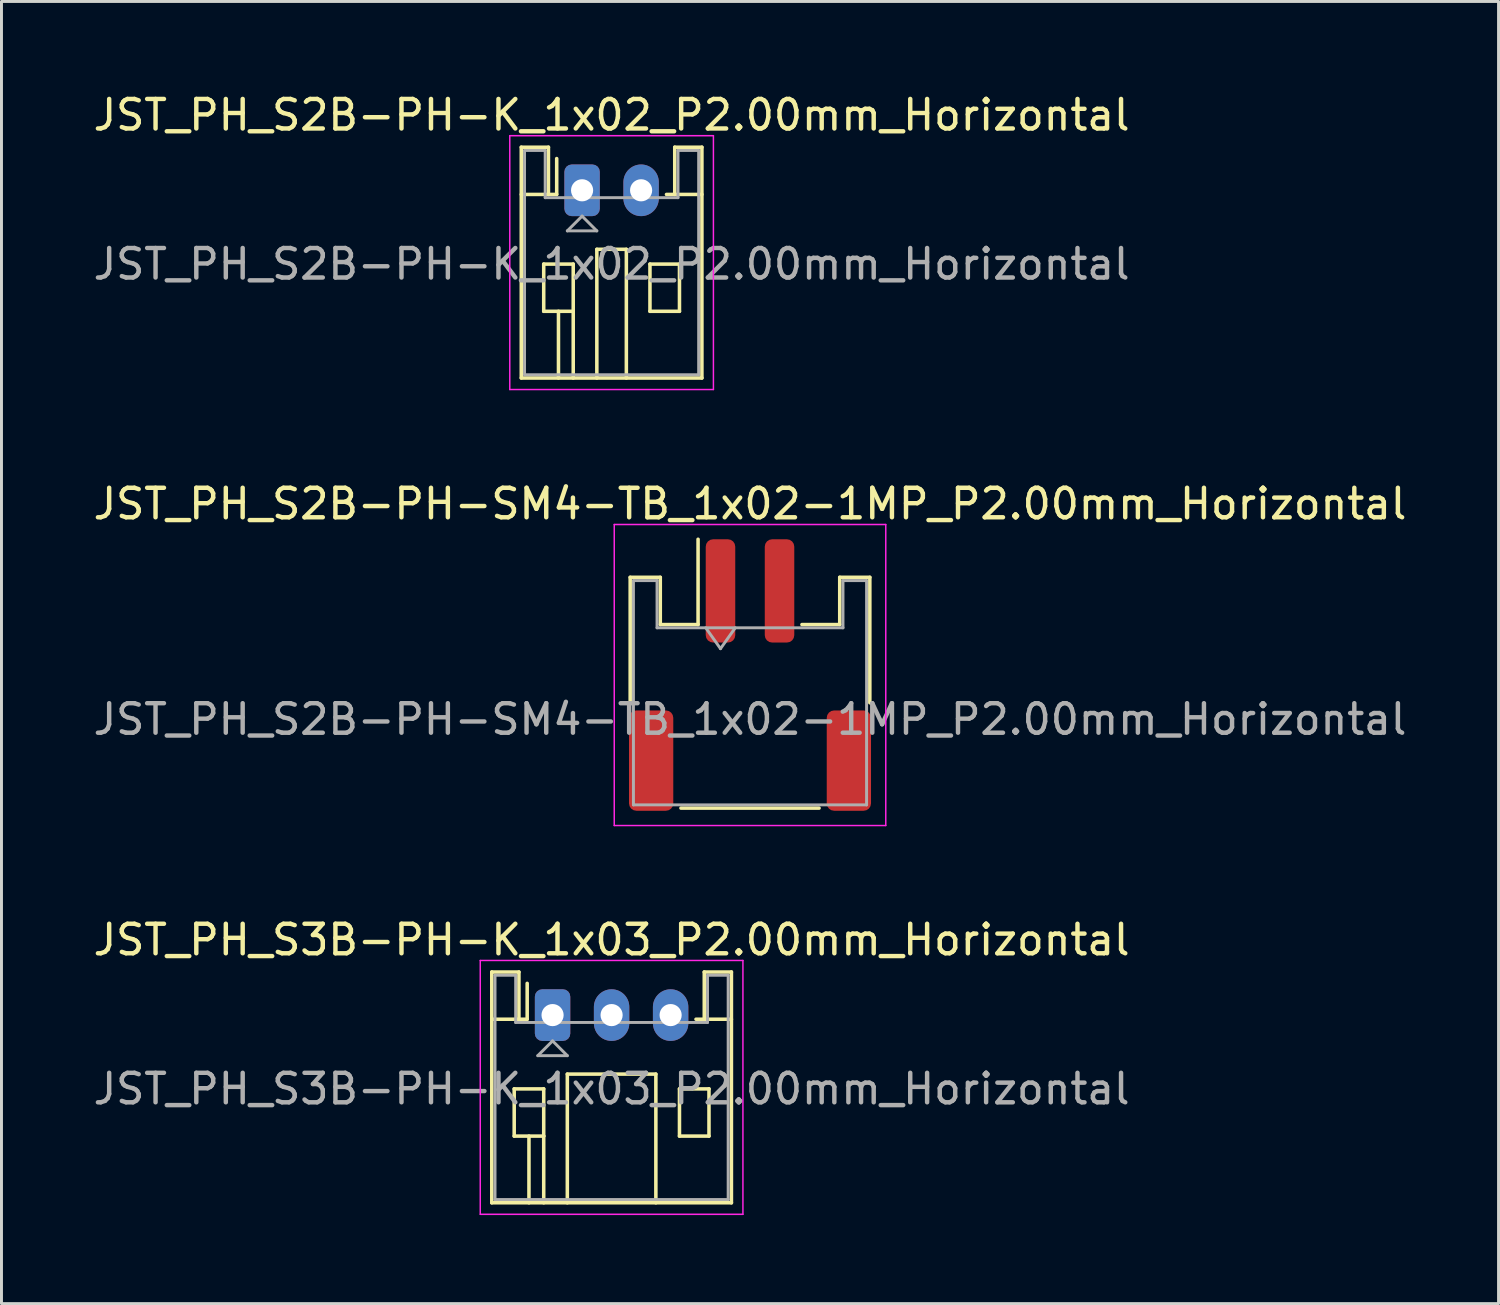
<source format=kicad_pcb>
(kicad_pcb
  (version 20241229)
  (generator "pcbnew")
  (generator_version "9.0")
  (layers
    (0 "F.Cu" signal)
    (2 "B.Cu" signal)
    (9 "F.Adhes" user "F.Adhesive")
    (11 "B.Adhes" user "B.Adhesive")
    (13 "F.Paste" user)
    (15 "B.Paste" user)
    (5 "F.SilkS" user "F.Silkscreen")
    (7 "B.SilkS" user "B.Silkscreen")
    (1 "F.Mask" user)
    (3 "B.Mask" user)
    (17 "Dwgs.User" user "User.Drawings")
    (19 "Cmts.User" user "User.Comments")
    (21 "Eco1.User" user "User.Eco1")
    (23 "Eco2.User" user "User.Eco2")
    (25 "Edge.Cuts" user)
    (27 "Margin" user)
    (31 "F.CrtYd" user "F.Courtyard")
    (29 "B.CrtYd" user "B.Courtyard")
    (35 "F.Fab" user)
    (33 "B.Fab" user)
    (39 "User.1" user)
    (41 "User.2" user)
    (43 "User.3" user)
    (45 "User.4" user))
  (footprint "JST_PH_S2B-PH-K_1x02_P2.00mm_Horizontal"
    (layer "F.Cu")
    (at 16.673 3.398)
    (property "Reference" "JST_PH_S2B-PH-K_1x02_P2.00mm_Horizontal" (at 1 -2.55 0) (layer "F.SilkS") (effects (font (size 1 1) (thickness 0.15))))
    (attr through_hole)
    (fp_line (start -2.06 -1.46) (end -2.06 6.36) (stroke (width 0.12) (type solid)) (layer "F.SilkS"))
    (fp_line (start -2.06 0.14) (end -1.14 0.14) (stroke (width 0.12) (type solid)) (layer "F.SilkS"))
    (fp_line (start -2.06 6.36) (end 4.06 6.36) (stroke (width 0.12) (type solid)) (layer "F.SilkS"))
    (fp_line (start -1.3 2.5) (end -1.3 4.1) (stroke (width 0.12) (type solid)) (layer "F.SilkS"))
    (fp_line (start -1.3 4.1) (end -0.3 4.1) (stroke (width 0.12) (type solid)) (layer "F.SilkS"))
    (fp_line (start -1.14 -1.46) (end -2.06 -1.46) (stroke (width 0.12) (type solid)) (layer "F.SilkS"))
    (fp_line (start -1.14 0.14) (end -1.14 -1.46) (stroke (width 0.12) (type solid)) (layer "F.SilkS"))
    (fp_line (start -0.86 0.14) (end -1.14 0.14) (stroke (width 0.12) (type solid)) (layer "F.SilkS"))
    (fp_line (start -0.86 0.14) (end -0.86 -1.075) (stroke (width 0.12) (type solid)) (layer "F.SilkS"))
    (fp_line (start -0.8 4.1) (end -0.8 6.36) (stroke (width 0.12) (type solid)) (layer "F.SilkS"))
    (fp_line (start -0.3 2.5) (end -1.3 2.5) (stroke (width 0.12) (type solid)) (layer "F.SilkS"))
    (fp_line (start -0.3 4.1) (end -0.3 2.5) (stroke (width 0.12) (type solid)) (layer "F.SilkS"))
    (fp_line (start -0.3 4.1) (end -0.3 6.36) (stroke (width 0.12) (type solid)) (layer "F.SilkS"))
    (fp_line (start 0.5 2) (end 1.5 2) (stroke (width 0.12) (type solid)) (layer "F.SilkS"))
    (fp_line (start 0.5 6.36) (end 0.5 2) (stroke (width 0.12) (type solid)) (layer "F.SilkS"))
    (fp_line (start 1.5 2) (end 1.5 6.36) (stroke (width 0.12) (type solid)) (layer "F.SilkS"))
    (fp_line (start 2.3 2.5) (end 3.3 2.5) (stroke (width 0.12) (type solid)) (layer "F.SilkS"))
    (fp_line (start 2.3 4.1) (end 2.3 2.5) (stroke (width 0.12) (type solid)) (layer "F.SilkS"))
    (fp_line (start 3.14 -1.46) (end 3.14 0.14) (stroke (width 0.12) (type solid)) (layer "F.SilkS"))
    (fp_line (start 3.14 0.14) (end 2.86 0.14) (stroke (width 0.12) (type solid)) (layer "F.SilkS"))
    (fp_line (start 3.3 2.5) (end 3.3 4.1) (stroke (width 0.12) (type solid)) (layer "F.SilkS"))
    (fp_line (start 3.3 4.1) (end 2.3 4.1) (stroke (width 0.12) (type solid)) (layer "F.SilkS"))
    (fp_line (start 4.06 -1.46) (end 3.14 -1.46) (stroke (width 0.12) (type solid)) (layer "F.SilkS"))
    (fp_line (start 4.06 0.14) (end 3.14 0.14) (stroke (width 0.12) (type solid)) (layer "F.SilkS"))
    (fp_line (start 4.06 6.36) (end 4.06 -1.46) (stroke (width 0.12) (type solid)) (layer "F.SilkS"))
    (fp_line (start -2.45 -1.85) (end -2.45 6.75) (stroke (width 0.05) (type solid)) (layer "F.CrtYd"))
    (fp_line (start -2.45 6.75) (end 4.45 6.75) (stroke (width 0.05) (type solid)) (layer "F.CrtYd"))
    (fp_line (start 4.45 -1.85) (end -2.45 -1.85) (stroke (width 0.05) (type solid)) (layer "F.CrtYd"))
    (fp_line (start 4.45 6.75) (end 4.45 -1.85) (stroke (width 0.05) (type solid)) (layer "F.CrtYd"))
    (fp_line (start -1.95 -1.35) (end -1.95 6.25) (stroke (width 0.1) (type solid)) (layer "F.Fab"))
    (fp_line (start -1.95 6.25) (end 3.95 6.25) (stroke (width 0.1) (type solid)) (layer "F.Fab"))
    (fp_line (start -1.25 -1.35) (end -1.95 -1.35) (stroke (width 0.1) (type solid)) (layer "F.Fab"))
    (fp_line (start -1.25 0.25) (end -1.25 -1.35) (stroke (width 0.1) (type solid)) (layer "F.Fab"))
    (fp_line (start -0.5 1.375) (end 0.5 1.375) (stroke (width 0.1) (type solid)) (layer "F.Fab"))
    (fp_line (start 0 0.875) (end -0.5 1.375) (stroke (width 0.1) (type solid)) (layer "F.Fab"))
    (fp_line (start 0.5 1.375) (end 0 0.875) (stroke (width 0.1) (type solid)) (layer "F.Fab"))
    (fp_line (start 3.25 -1.35) (end 3.25 0.25) (stroke (width 0.1) (type solid)) (layer "F.Fab"))
    (fp_line (start 3.25 0.25) (end -1.25 0.25) (stroke (width 0.1) (type solid)) (layer "F.Fab"))
    (fp_line (start 3.95 -1.35) (end 3.25 -1.35) (stroke (width 0.1) (type solid)) (layer "F.Fab"))
    (fp_line (start 3.95 6.25) (end 3.95 -1.35) (stroke (width 0.1) (type solid)) (layer "F.Fab"))
    (fp_text user "${REFERENCE}" (at 1 2.5 0) (layer "F.Fab") (effects (font (size 1 1) (thickness 0.15))))
    (pad "1" thru_hole roundrect (at 0 0) (size 1.2 1.75) (drill 0.75) (layers "*.Cu" "*.Mask") (roundrect_rratio 0.208))
    (pad "2" thru_hole oval (at 2 0) (size 1.2 1.75) (drill 0.75) (layers "*.Cu" "*.Mask")))
  (footprint "JST_PH_S3B-PH-K_1x03_P2.00mm_Horizontal"
    (layer "F.Cu")
    (at 15.673 31.345)
    (property "Reference" "JST_PH_S3B-PH-K_1x03_P2.00mm_Horizontal" (at 2 -2.55 0) (layer "F.SilkS") (effects (font (size 1 1) (thickness 0.15))))
    (attr through_hole)
    (fp_line (start -2.06 -1.46) (end -2.06 6.36) (stroke (width 0.12) (type solid)) (layer "F.SilkS"))
    (fp_line (start -2.06 0.14) (end -1.14 0.14) (stroke (width 0.12) (type solid)) (layer "F.SilkS"))
    (fp_line (start -2.06 6.36) (end 6.06 6.36) (stroke (width 0.12) (type solid)) (layer "F.SilkS"))
    (fp_line (start -1.3 2.5) (end -1.3 4.1) (stroke (width 0.12) (type solid)) (layer "F.SilkS"))
    (fp_line (start -1.3 4.1) (end -0.3 4.1) (stroke (width 0.12) (type solid)) (layer "F.SilkS"))
    (fp_line (start -1.14 -1.46) (end -2.06 -1.46) (stroke (width 0.12) (type solid)) (layer "F.SilkS"))
    (fp_line (start -1.14 0.14) (end -1.14 -1.46) (stroke (width 0.12) (type solid)) (layer "F.SilkS"))
    (fp_line (start -0.86 0.14) (end -1.14 0.14) (stroke (width 0.12) (type solid)) (layer "F.SilkS"))
    (fp_line (start -0.86 0.14) (end -0.86 -1.075) (stroke (width 0.12) (type solid)) (layer "F.SilkS"))
    (fp_line (start -0.8 4.1) (end -0.8 6.36) (stroke (width 0.12) (type solid)) (layer "F.SilkS"))
    (fp_line (start -0.3 2.5) (end -1.3 2.5) (stroke (width 0.12) (type solid)) (layer "F.SilkS"))
    (fp_line (start -0.3 4.1) (end -0.3 2.5) (stroke (width 0.12) (type solid)) (layer "F.SilkS"))
    (fp_line (start -0.3 4.1) (end -0.3 6.36) (stroke (width 0.12) (type solid)) (layer "F.SilkS"))
    (fp_line (start 0.5 2) (end 3.5 2) (stroke (width 0.12) (type solid)) (layer "F.SilkS"))
    (fp_line (start 0.5 6.36) (end 0.5 2) (stroke (width 0.12) (type solid)) (layer "F.SilkS"))
    (fp_line (start 3.5 2) (end 3.5 6.36) (stroke (width 0.12) (type solid)) (layer "F.SilkS"))
    (fp_line (start 4.3 2.5) (end 5.3 2.5) (stroke (width 0.12) (type solid)) (layer "F.SilkS"))
    (fp_line (start 4.3 4.1) (end 4.3 2.5) (stroke (width 0.12) (type solid)) (layer "F.SilkS"))
    (fp_line (start 5.14 -1.46) (end 5.14 0.14) (stroke (width 0.12) (type solid)) (layer "F.SilkS"))
    (fp_line (start 5.14 0.14) (end 4.86 0.14) (stroke (width 0.12) (type solid)) (layer "F.SilkS"))
    (fp_line (start 5.3 2.5) (end 5.3 4.1) (stroke (width 0.12) (type solid)) (layer "F.SilkS"))
    (fp_line (start 5.3 4.1) (end 4.3 4.1) (stroke (width 0.12) (type solid)) (layer "F.SilkS"))
    (fp_line (start 6.06 -1.46) (end 5.14 -1.46) (stroke (width 0.12) (type solid)) (layer "F.SilkS"))
    (fp_line (start 6.06 0.14) (end 5.14 0.14) (stroke (width 0.12) (type solid)) (layer "F.SilkS"))
    (fp_line (start 6.06 6.36) (end 6.06 -1.46) (stroke (width 0.12) (type solid)) (layer "F.SilkS"))
    (fp_line (start -2.45 -1.85) (end -2.45 6.75) (stroke (width 0.05) (type solid)) (layer "F.CrtYd"))
    (fp_line (start -2.45 6.75) (end 6.45 6.75) (stroke (width 0.05) (type solid)) (layer "F.CrtYd"))
    (fp_line (start 6.45 -1.85) (end -2.45 -1.85) (stroke (width 0.05) (type solid)) (layer "F.CrtYd"))
    (fp_line (start 6.45 6.75) (end 6.45 -1.85) (stroke (width 0.05) (type solid)) (layer "F.CrtYd"))
    (fp_line (start -1.95 -1.35) (end -1.95 6.25) (stroke (width 0.1) (type solid)) (layer "F.Fab"))
    (fp_line (start -1.95 6.25) (end 5.95 6.25) (stroke (width 0.1) (type solid)) (layer "F.Fab"))
    (fp_line (start -1.25 -1.35) (end -1.95 -1.35) (stroke (width 0.1) (type solid)) (layer "F.Fab"))
    (fp_line (start -1.25 0.25) (end -1.25 -1.35) (stroke (width 0.1) (type solid)) (layer "F.Fab"))
    (fp_line (start -0.5 1.375) (end 0.5 1.375) (stroke (width 0.1) (type solid)) (layer "F.Fab"))
    (fp_line (start 0 0.875) (end -0.5 1.375) (stroke (width 0.1) (type solid)) (layer "F.Fab"))
    (fp_line (start 0.5 1.375) (end 0 0.875) (stroke (width 0.1) (type solid)) (layer "F.Fab"))
    (fp_line (start 5.25 -1.35) (end 5.25 0.25) (stroke (width 0.1) (type solid)) (layer "F.Fab"))
    (fp_line (start 5.25 0.25) (end -1.25 0.25) (stroke (width 0.1) (type solid)) (layer "F.Fab"))
    (fp_line (start 5.95 -1.35) (end 5.25 -1.35) (stroke (width 0.1) (type solid)) (layer "F.Fab"))
    (fp_line (start 5.95 6.25) (end 5.95 -1.35) (stroke (width 0.1) (type solid)) (layer "F.Fab"))
    (fp_text user "${REFERENCE}" (at 2 2.5 0) (layer "F.Fab") (effects (font (size 1 1) (thickness 0.15))))
    (pad "1" thru_hole roundrect (at 0 0) (size 1.2 1.75) (drill 0.75) (layers "*.Cu" "*.Mask") (roundrect_rratio 0.208))
    (pad "2" thru_hole oval (at 2 0) (size 1.2 1.75) (drill 0.75) (layers "*.Cu" "*.Mask"))
    (pad "3" thru_hole oval (at 4 0) (size 1.2 1.75) (drill 0.75) (layers "*.Cu" "*.Mask")))
  (footprint "JST_PH_S2B-PH-SM4-TB_1x02-1MP_P2.00mm_Horizontal"
    (layer "F.Cu")
    (at 22.363 19.822)
    (property "Reference" "JST_PH_S2B-PH-SM4-TB_1x02-1MP_P2.00mm_Horizontal" (at 0 -5.8 0) (layer "F.SilkS") (effects (font (size 1 1) (thickness 0.15))))
    (attr smd)
    (fp_line (start -4.06 -3.31) (end -3.04 -3.31) (stroke (width 0.12) (type solid)) (layer "F.SilkS"))
    (fp_line (start -4.06 0.94) (end -4.06 -3.31) (stroke (width 0.12) (type solid)) (layer "F.SilkS"))
    (fp_line (start -3.04 -3.31) (end -3.04 -1.71) (stroke (width 0.12) (type solid)) (layer "F.SilkS"))
    (fp_line (start -3.04 -1.71) (end -1.76 -1.71) (stroke (width 0.12) (type solid)) (layer "F.SilkS"))
    (fp_line (start -2.34 4.51) (end 2.34 4.51) (stroke (width 0.12) (type solid)) (layer "F.SilkS"))
    (fp_line (start -1.76 -1.71) (end -1.76 -4.6) (stroke (width 0.12) (type solid)) (layer "F.SilkS"))
    (fp_line (start 3.04 -3.31) (end 3.04 -1.71) (stroke (width 0.12) (type solid)) (layer "F.SilkS"))
    (fp_line (start 3.04 -1.71) (end 1.76 -1.71) (stroke (width 0.12) (type solid)) (layer "F.SilkS"))
    (fp_line (start 4.06 -3.31) (end 3.04 -3.31) (stroke (width 0.12) (type solid)) (layer "F.SilkS"))
    (fp_line (start 4.06 0.94) (end 4.06 -3.31) (stroke (width 0.12) (type solid)) (layer "F.SilkS"))
    (fp_line (start -4.6 -5.1) (end -4.6 5.1) (stroke (width 0.05) (type solid)) (layer "F.CrtYd"))
    (fp_line (start -4.6 5.1) (end 4.6 5.1) (stroke (width 0.05) (type solid)) (layer "F.CrtYd"))
    (fp_line (start 4.6 -5.1) (end -4.6 -5.1) (stroke (width 0.05) (type solid)) (layer "F.CrtYd"))
    (fp_line (start 4.6 5.1) (end 4.6 -5.1) (stroke (width 0.05) (type solid)) (layer "F.CrtYd"))
    (fp_line (start -3.95 -3.2) (end -3.95 4.4) (stroke (width 0.1) (type solid)) (layer "F.Fab"))
    (fp_line (start -3.95 -3.2) (end -3.15 -3.2) (stroke (width 0.1) (type solid)) (layer "F.Fab"))
    (fp_line (start -3.95 4.4) (end 3.95 4.4) (stroke (width 0.1) (type solid)) (layer "F.Fab"))
    (fp_line (start -3.15 -3.2) (end -3.15 -1.6) (stroke (width 0.1) (type solid)) (layer "F.Fab"))
    (fp_line (start -3.15 -1.6) (end 3.15 -1.6) (stroke (width 0.1) (type solid)) (layer "F.Fab"))
    (fp_line (start -1.5 -1.6) (end -1 -0.893) (stroke (width 0.1) (type solid)) (layer "F.Fab"))
    (fp_line (start -1 -0.893) (end -0.5 -1.6) (stroke (width 0.1) (type solid)) (layer "F.Fab"))
    (fp_line (start 3.15 -3.2) (end 3.95 -3.2) (stroke (width 0.1) (type solid)) (layer "F.Fab"))
    (fp_line (start 3.15 -1.6) (end 3.15 -3.2) (stroke (width 0.1) (type solid)) (layer "F.Fab"))
    (fp_line (start 3.95 -3.2) (end 3.95 4.4) (stroke (width 0.1) (type solid)) (layer "F.Fab"))
    (fp_text user "${REFERENCE}" (at 0 1.5 0) (layer "F.Fab") (effects (font (size 1 1) (thickness 0.15))))
    (pad "1" smd roundrect (at -1 -2.85) (size 1 3.5) (layers "F.Cu" "F.Mask" "F.Paste") (roundrect_rratio 0.25))
    (pad "2" smd roundrect (at 1 -2.85) (size 1 3.5) (layers "F.Cu" "F.Mask" "F.Paste") (roundrect_rratio 0.25))
    (pad "MP" smd roundrect (at -3.35 2.9) (size 1.5 3.4) (layers "F.Cu" "F.Mask" "F.Paste") (roundrect_rratio 0.167))
    (pad "MP" smd roundrect (at 3.35 2.9) (size 1.5 3.4) (layers "F.Cu" "F.Mask" "F.Paste") (roundrect_rratio 0.167)))
  (gr_rect
    (start -3 -3)
    (end 47.726 41.12)
    (stroke (width 0.1) (type default))
    (fill no)
    (layer "Edge.Cuts")))
</source>
